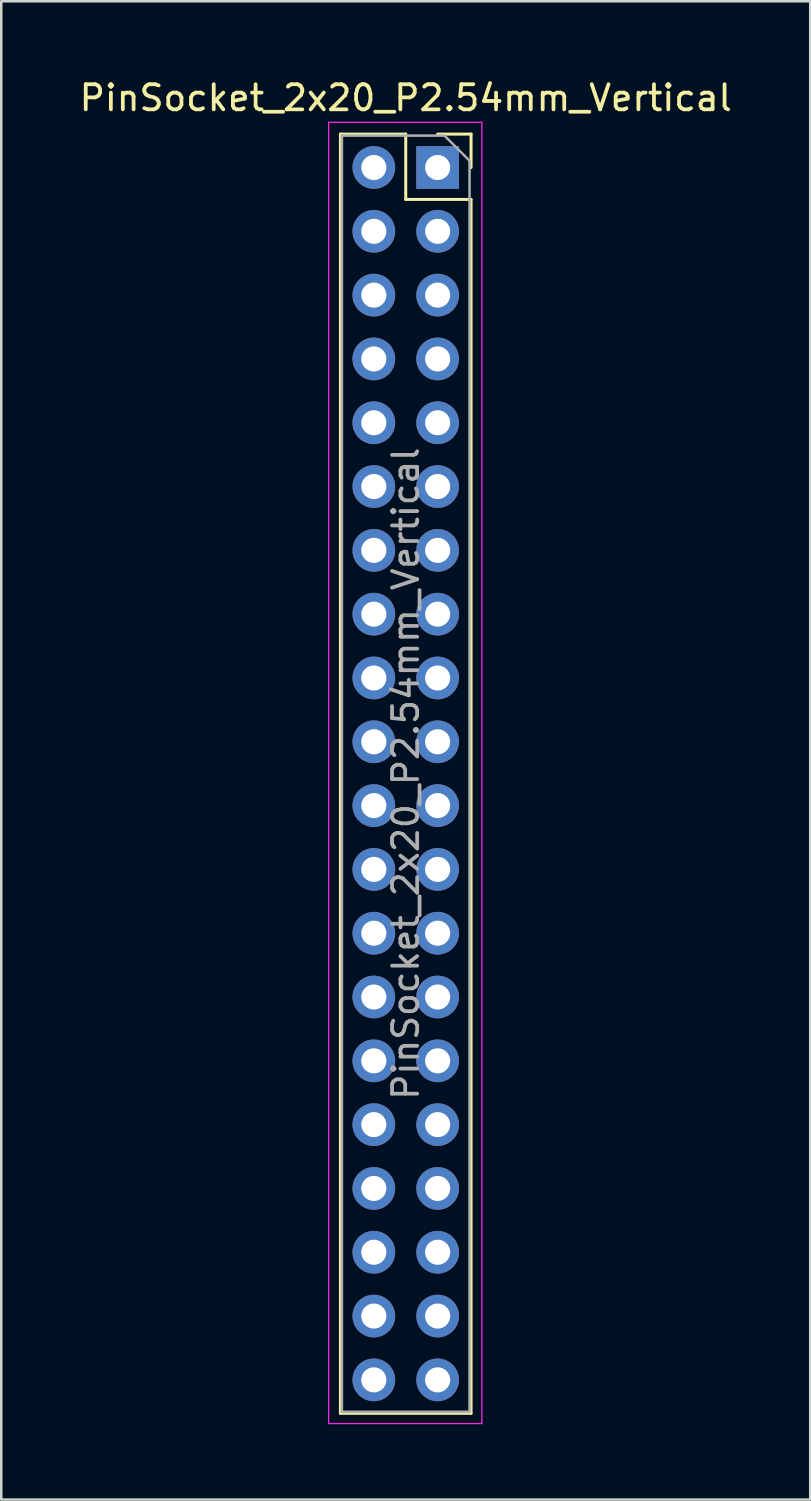
<source format=kicad_pcb>
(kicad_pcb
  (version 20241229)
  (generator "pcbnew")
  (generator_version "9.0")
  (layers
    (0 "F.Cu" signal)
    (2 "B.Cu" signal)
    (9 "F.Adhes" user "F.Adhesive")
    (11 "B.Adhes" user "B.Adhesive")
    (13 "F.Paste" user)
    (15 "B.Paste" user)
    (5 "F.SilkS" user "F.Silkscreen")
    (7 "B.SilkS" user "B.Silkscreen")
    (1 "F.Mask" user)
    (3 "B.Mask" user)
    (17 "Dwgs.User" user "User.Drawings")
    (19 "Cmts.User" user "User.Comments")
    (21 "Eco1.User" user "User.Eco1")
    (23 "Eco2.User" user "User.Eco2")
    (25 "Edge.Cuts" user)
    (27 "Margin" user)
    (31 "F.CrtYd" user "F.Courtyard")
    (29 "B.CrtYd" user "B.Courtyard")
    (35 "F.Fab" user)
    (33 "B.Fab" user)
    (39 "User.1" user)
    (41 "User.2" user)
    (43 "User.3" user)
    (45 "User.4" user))
  (footprint "PinSocket_2x20_P2.54mm_Vertical"
    (layer "F.Cu")
    (at 14.371 3.618)
    (property "Reference" "PinSocket_2x20_P2.54mm_Vertical" (at -1.27 -2.77 0) (layer "F.SilkS") (effects (font (size 1 1) (thickness 0.15))))
    (attr through_hole)
    (fp_line (start -3.87 -1.33) (end -3.87 49.59) (stroke (width 0.12) (type solid)) (layer "F.SilkS"))
    (fp_line (start -3.87 -1.33) (end -1.27 -1.33) (stroke (width 0.12) (type solid)) (layer "F.SilkS"))
    (fp_line (start -3.87 49.59) (end 1.33 49.59) (stroke (width 0.12) (type solid)) (layer "F.SilkS"))
    (fp_line (start -1.27 -1.33) (end -1.27 1.27) (stroke (width 0.12) (type solid)) (layer "F.SilkS"))
    (fp_line (start -1.27 1.27) (end 1.33 1.27) (stroke (width 0.12) (type solid)) (layer "F.SilkS"))
    (fp_line (start 0 -1.33) (end 1.33 -1.33) (stroke (width 0.12) (type solid)) (layer "F.SilkS"))
    (fp_line (start 1.33 -1.33) (end 1.33 0) (stroke (width 0.12) (type solid)) (layer "F.SilkS"))
    (fp_line (start 1.33 1.27) (end 1.33 49.59) (stroke (width 0.12) (type solid)) (layer "F.SilkS"))
    (fp_line (start -4.34 -1.8) (end 1.76 -1.8) (stroke (width 0.05) (type solid)) (layer "F.CrtYd"))
    (fp_line (start -4.34 50) (end -4.34 -1.8) (stroke (width 0.05) (type solid)) (layer "F.CrtYd"))
    (fp_line (start 1.76 -1.8) (end 1.76 50) (stroke (width 0.05) (type solid)) (layer "F.CrtYd"))
    (fp_line (start 1.76 50) (end -4.34 50) (stroke (width 0.05) (type solid)) (layer "F.CrtYd"))
    (fp_line (start -3.81 -1.27) (end 0.27 -1.27) (stroke (width 0.1) (type solid)) (layer "F.Fab"))
    (fp_line (start -3.81 49.53) (end -3.81 -1.27) (stroke (width 0.1) (type solid)) (layer "F.Fab"))
    (fp_line (start 0.27 -1.27) (end 1.27 -0.27) (stroke (width 0.1) (type solid)) (layer "F.Fab"))
    (fp_line (start 1.27 -0.27) (end 1.27 49.53) (stroke (width 0.1) (type solid)) (layer "F.Fab"))
    (fp_line (start 1.27 49.53) (end -3.81 49.53) (stroke (width 0.1) (type solid)) (layer "F.Fab"))
    (fp_text user "${REFERENCE}" (at -1.27 24.13 90) (layer "F.Fab") (effects (font (size 1 1) (thickness 0.15))))
    (pad "1" thru_hole rect (at 0 0) (size 1.7 1.7) (drill 1) (layers "*.Cu" "*.Mask"))
    (pad "2" thru_hole oval (at -2.54 0) (size 1.7 1.7) (drill 1) (layers "*.Cu" "*.Mask"))
    (pad "3" thru_hole oval (at 0 2.54) (size 1.7 1.7) (drill 1) (layers "*.Cu" "*.Mask"))
    (pad "4" thru_hole oval (at -2.54 2.54) (size 1.7 1.7) (drill 1) (layers "*.Cu" "*.Mask"))
    (pad "5" thru_hole oval (at 0 5.08) (size 1.7 1.7) (drill 1) (layers "*.Cu" "*.Mask"))
    (pad "6" thru_hole oval (at -2.54 5.08) (size 1.7 1.7) (drill 1) (layers "*.Cu" "*.Mask"))
    (pad "7" thru_hole oval (at 0 7.62) (size 1.7 1.7) (drill 1) (layers "*.Cu" "*.Mask"))
    (pad "8" thru_hole oval (at -2.54 7.62) (size 1.7 1.7) (drill 1) (layers "*.Cu" "*.Mask"))
    (pad "9" thru_hole oval (at 0 10.16) (size 1.7 1.7) (drill 1) (layers "*.Cu" "*.Mask"))
    (pad "10" thru_hole oval (at -2.54 10.16) (size 1.7 1.7) (drill 1) (layers "*.Cu" "*.Mask"))
    (pad "11" thru_hole oval (at 0 12.7) (size 1.7 1.7) (drill 1) (layers "*.Cu" "*.Mask"))
    (pad "12" thru_hole oval (at -2.54 12.7) (size 1.7 1.7) (drill 1) (layers "*.Cu" "*.Mask"))
    (pad "13" thru_hole oval (at 0 15.24) (size 1.7 1.7) (drill 1) (layers "*.Cu" "*.Mask"))
    (pad "14" thru_hole oval (at -2.54 15.24) (size 1.7 1.7) (drill 1) (layers "*.Cu" "*.Mask"))
    (pad "15" thru_hole oval (at 0 17.78) (size 1.7 1.7) (drill 1) (layers "*.Cu" "*.Mask"))
    (pad "16" thru_hole oval (at -2.54 17.78) (size 1.7 1.7) (drill 1) (layers "*.Cu" "*.Mask"))
    (pad "17" thru_hole oval (at 0 20.32) (size 1.7 1.7) (drill 1) (layers "*.Cu" "*.Mask"))
    (pad "18" thru_hole oval (at -2.54 20.32) (size 1.7 1.7) (drill 1) (layers "*.Cu" "*.Mask"))
    (pad "19" thru_hole oval (at 0 22.86) (size 1.7 1.7) (drill 1) (layers "*.Cu" "*.Mask"))
    (pad "20" thru_hole oval (at -2.54 22.86) (size 1.7 1.7) (drill 1) (layers "*.Cu" "*.Mask"))
    (pad "21" thru_hole oval (at 0 25.4) (size 1.7 1.7) (drill 1) (layers "*.Cu" "*.Mask"))
    (pad "22" thru_hole oval (at -2.54 25.4) (size 1.7 1.7) (drill 1) (layers "*.Cu" "*.Mask"))
    (pad "23" thru_hole oval (at 0 27.94) (size 1.7 1.7) (drill 1) (layers "*.Cu" "*.Mask"))
    (pad "24" thru_hole oval (at -2.54 27.94) (size 1.7 1.7) (drill 1) (layers "*.Cu" "*.Mask"))
    (pad "25" thru_hole oval (at 0 30.48) (size 1.7 1.7) (drill 1) (layers "*.Cu" "*.Mask"))
    (pad "26" thru_hole oval (at -2.54 30.48) (size 1.7 1.7) (drill 1) (layers "*.Cu" "*.Mask"))
    (pad "27" thru_hole oval (at 0 33.02) (size 1.7 1.7) (drill 1) (layers "*.Cu" "*.Mask"))
    (pad "28" thru_hole oval (at -2.54 33.02) (size 1.7 1.7) (drill 1) (layers "*.Cu" "*.Mask"))
    (pad "29" thru_hole oval (at 0 35.56) (size 1.7 1.7) (drill 1) (layers "*.Cu" "*.Mask"))
    (pad "30" thru_hole oval (at -2.54 35.56) (size 1.7 1.7) (drill 1) (layers "*.Cu" "*.Mask"))
    (pad "31" thru_hole oval (at 0 38.1) (size 1.7 1.7) (drill 1) (layers "*.Cu" "*.Mask"))
    (pad "32" thru_hole oval (at -2.54 38.1) (size 1.7 1.7) (drill 1) (layers "*.Cu" "*.Mask"))
    (pad "33" thru_hole oval (at 0 40.64) (size 1.7 1.7) (drill 1) (layers "*.Cu" "*.Mask"))
    (pad "34" thru_hole oval (at -2.54 40.64) (size 1.7 1.7) (drill 1) (layers "*.Cu" "*.Mask"))
    (pad "35" thru_hole oval (at 0 43.18) (size 1.7 1.7) (drill 1) (layers "*.Cu" "*.Mask"))
    (pad "36" thru_hole oval (at -2.54 43.18) (size 1.7 1.7) (drill 1) (layers "*.Cu" "*.Mask"))
    (pad "37" thru_hole oval (at 0 45.72) (size 1.7 1.7) (drill 1) (layers "*.Cu" "*.Mask"))
    (pad "38" thru_hole oval (at -2.54 45.72) (size 1.7 1.7) (drill 1) (layers "*.Cu" "*.Mask"))
    (pad "39" thru_hole oval (at 0 48.26) (size 1.7 1.7) (drill 1) (layers "*.Cu" "*.Mask"))
    (pad "40" thru_hole oval (at -2.54 48.26) (size 1.7 1.7) (drill 1) (layers "*.Cu" "*.Mask")))
  (gr_rect
    (start -3 -3)
    (end 29.202 56.643)
    (stroke (width 0.1) (type default))
    (fill no)
    (layer "Edge.Cuts")))
</source>
